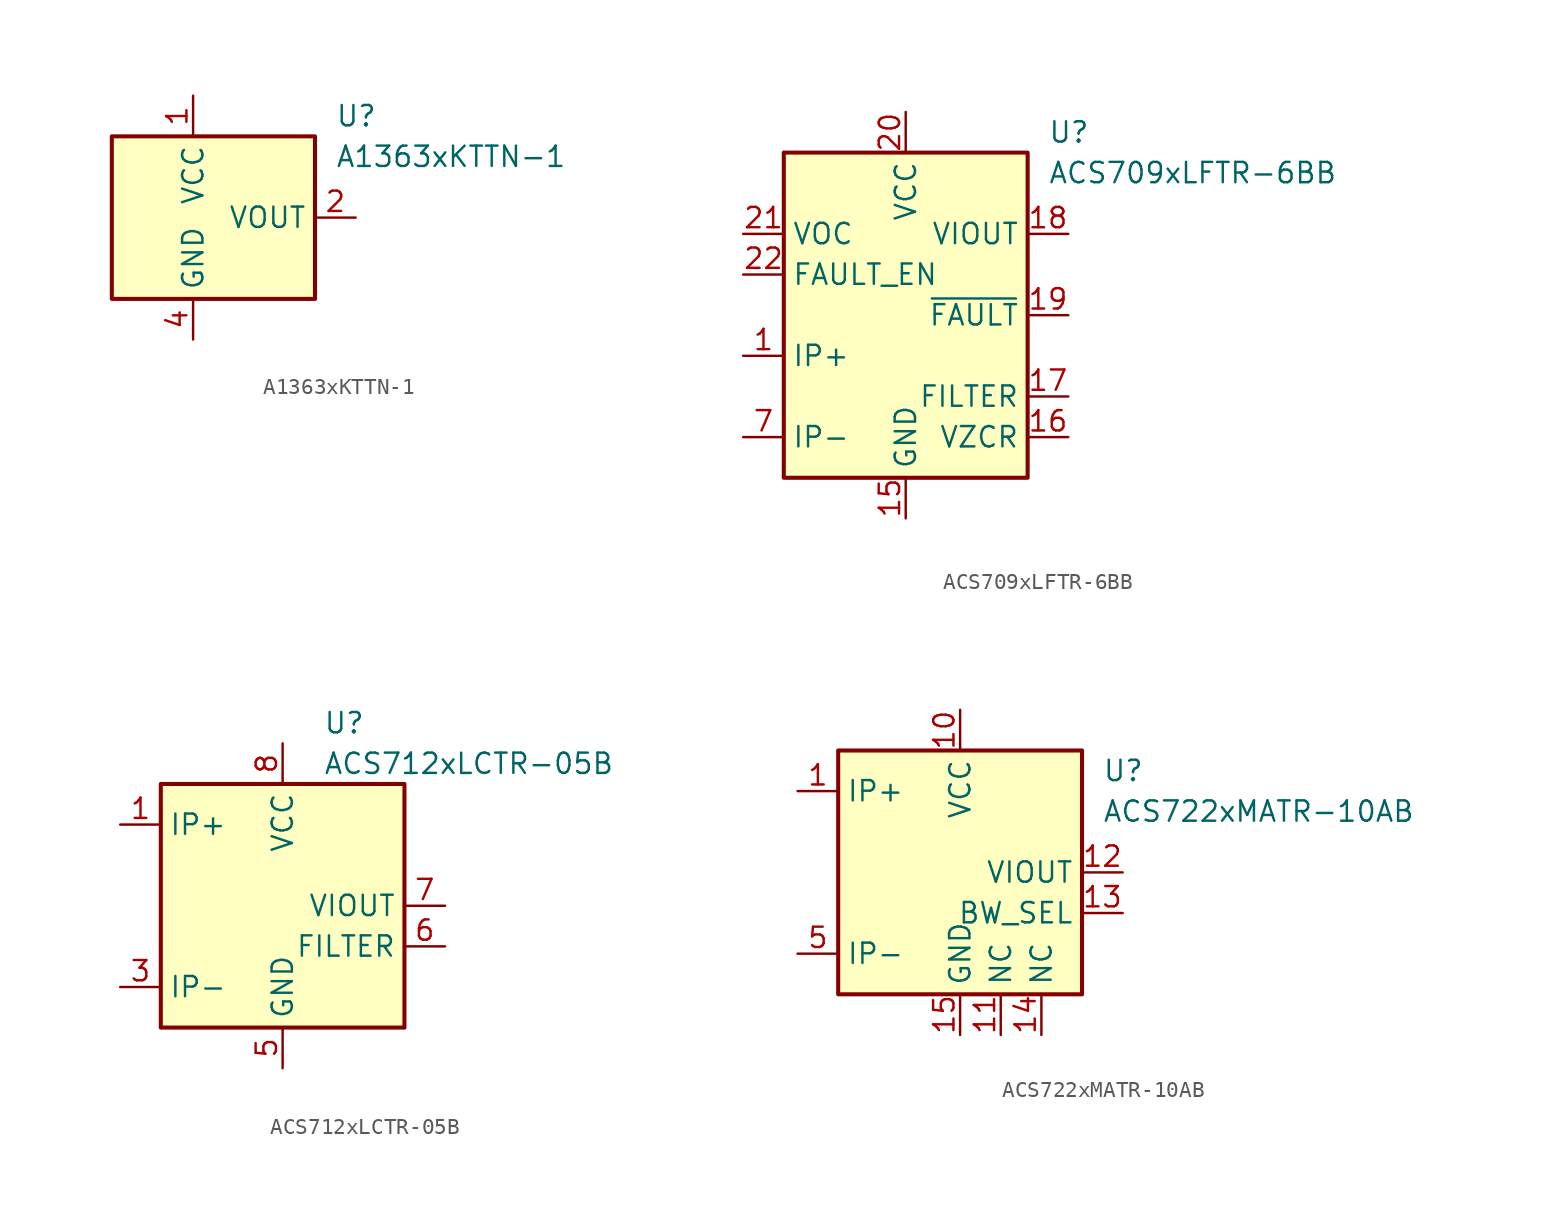
<source format=kicad_sym>
(kicad_symbol_lib
  (version 20201005)
  (generator kicad_symbol_editor)
  (symbol "A1363xKTTN-1"
    (property "Reference" "U"
      (at 8.89 6.35 0)
      (effects (font (size 1.27 1.27)) (justify left)))
    (property "Value" "A1363xKTTN-1"
      (at 8.89 3.81 0)
      (effects (font (size 1.27 1.27)) (justify left)))
    (symbol "A1363xKTTN-1_0_1"
      (rectangle (start -5.08 5.08) (end 7.62 -5.08) (stroke (width 0.254)) (fill (type background))))
    (symbol "A1363xKTTN-1_1_1"
      (pin power_in line (at 0 7.62 270) (length 2.54) (name "VCC" (effects (font (size 1.27 1.27)))) (number "1" (effects (font (size 1.27 1.27)))))
      (pin output line (at 10.16 0 180) (length 2.54) (name "VOUT" (effects (font (size 1.27 1.27)))) (number "2" (effects (font (size 1.27 1.27)))))
      (pin no_connect line (at 7.62 -2.54 180) (length 2.54) hide (name "NC" (effects (font (size 1.27 1.27)))) (number "3" (effects (font (size 1.27 1.27)))))
      (pin power_in line (at 0 -7.62 90) (length 2.54) (name "GND" (effects (font (size 1.27 1.27)))) (number "4" (effects (font (size 1.27 1.27)))))))
  (symbol "ACS709xLFTR-6BB"
    (property "Reference" "U"
      (at 8.89 11.43 0)
      (effects (font (size 1.27 1.27)) (justify left)))
    (property "Value" "ACS709xLFTR-6BB"
      (at 8.89 8.89 0)
      (effects (font (size 1.27 1.27)) (justify left)))
    (symbol "ACS709xLFTR-6BB_0_1"
      (rectangle (start -7.62 10.16) (end 7.62 -10.16) (stroke (width 0.254)) (fill (type background))))
    (symbol "ACS709xLFTR-6BB_1_1"
      (pin passive line (at -10.16 -2.54 0) (length 2.54) (name "IP+" (effects (font (size 1.27 1.27)))) (number "1" (effects (font (size 1.27 1.27)))))
      (pin passive line (at -10.16 -7.62 0) (length 2.54) hide (name "IP-" (effects (font (size 1.27 1.27)))) (number "10" (effects (font (size 1.27 1.27)))))
      (pin passive line (at -10.16 -7.62 0) (length 2.54) hide (name "IP-" (effects (font (size 1.27 1.27)))) (number "11" (effects (font (size 1.27 1.27)))))
      (pin passive line (at -10.16 -7.62 0) (length 2.54) hide (name "IP-" (effects (font (size 1.27 1.27)))) (number "12" (effects (font (size 1.27 1.27)))))
      (pin no_connect line (at -7.62 10.16 0) (length 2.54) hide (name "NC" (effects (font (size 1.27 1.27)))) (number "13" (effects (font (size 1.27 1.27)))))
      (pin no_connect line (at -7.62 7.62 0) (length 2.54) hide (name "NC" (effects (font (size 1.27 1.27)))) (number "14" (effects (font (size 1.27 1.27)))))
      (pin power_in line (at 0 -12.7 90) (length 2.54) (name "GND" (effects (font (size 1.27 1.27)))) (number "15" (effects (font (size 1.27 1.27)))))
      (pin passive line (at 10.16 -7.62 180) (length 2.54) (name "VZCR" (effects (font (size 1.27 1.27)))) (number "16" (effects (font (size 1.27 1.27)))))
      (pin passive line (at 10.16 -5.08 180) (length 2.54) (name "FILTER" (effects (font (size 1.27 1.27)))) (number "17" (effects (font (size 1.27 1.27)))))
      (pin output line (at 10.16 5.08 180) (length 2.54) (name "VIOUT" (effects (font (size 1.27 1.27)))) (number "18" (effects (font (size 1.27 1.27)))))
      (pin output line (at 10.16 0 180) (length 2.54) (name "~FAULT" (effects (font (size 1.27 1.27)))) (number "19" (effects (font (size 1.27 1.27)))))
      (pin passive line (at -10.16 -2.54 0) (length 2.54) hide (name "IP+" (effects (font (size 1.27 1.27)))) (number "2" (effects (font (size 1.27 1.27)))))
      (pin power_in line (at 0 12.7 270) (length 2.54) (name "VCC" (effects (font (size 1.27 1.27)))) (number "20" (effects (font (size 1.27 1.27)))))
      (pin input line (at -10.16 5.08 0) (length 2.54) (name "VOC" (effects (font (size 1.27 1.27)))) (number "21" (effects (font (size 1.27 1.27)))))
      (pin input line (at -10.16 2.54 0) (length 2.54) (name "FAULT_EN" (effects (font (size 1.27 1.27)))) (number "22" (effects (font (size 1.27 1.27)))))
      (pin no_connect line (at -7.62 0 0) (length 2.54) hide (name "NC" (effects (font (size 1.27 1.27)))) (number "23" (effects (font (size 1.27 1.27)))))
      (pin no_connect line (at -7.62 -5.08 0) (length 2.54) hide (name "NC" (effects (font (size 1.27 1.27)))) (number "24" (effects (font (size 1.27 1.27)))))
      (pin passive line (at -10.16 -2.54 0) (length 2.54) hide (name "IP+" (effects (font (size 1.27 1.27)))) (number "3" (effects (font (size 1.27 1.27)))))
      (pin passive line (at -10.16 -2.54 0) (length 2.54) hide (name "IP+" (effects (font (size 1.27 1.27)))) (number "4" (effects (font (size 1.27 1.27)))))
      (pin passive line (at -10.16 -2.54 0) (length 2.54) hide (name "IP+" (effects (font (size 1.27 1.27)))) (number "5" (effects (font (size 1.27 1.27)))))
      (pin passive line (at -10.16 -2.54 0) (length 2.54) hide (name "IP+" (effects (font (size 1.27 1.27)))) (number "6" (effects (font (size 1.27 1.27)))))
      (pin passive line (at -10.16 -7.62 0) (length 2.54) (name "IP-" (effects (font (size 1.27 1.27)))) (number "7" (effects (font (size 1.27 1.27)))))
      (pin passive line (at -10.16 -7.62 0) (length 2.54) hide (name "IP-" (effects (font (size 1.27 1.27)))) (number "8" (effects (font (size 1.27 1.27)))))
      (pin passive line (at -10.16 -7.62 0) (length 2.54) hide (name "IP-" (effects (font (size 1.27 1.27)))) (number "9" (effects (font (size 1.27 1.27)))))))
  (symbol "ACS712xLCTR-05B"
    (property "Reference" "U"
      (at 2.54 11.43 0)
      (effects (font (size 1.27 1.27)) (justify left)))
    (property "Value" "ACS712xLCTR-05B"
      (at 2.54 8.89 0)
      (effects (font (size 1.27 1.27)) (justify left)))
    (symbol "ACS712xLCTR-05B_0_1"
      (rectangle (start -7.62 7.62) (end 7.62 -7.62) (stroke (width 0.254)) (fill (type background))))
    (symbol "ACS712xLCTR-05B_1_1"
      (pin passive line (at -10.16 5.08 0) (length 2.54) (name "IP+" (effects (font (size 1.27 1.27)))) (number "1" (effects (font (size 1.27 1.27)))))
      (pin passive line (at -10.16 5.08 0) (length 2.54) hide (name "IP+" (effects (font (size 1.27 1.27)))) (number "2" (effects (font (size 1.27 1.27)))))
      (pin passive line (at -10.16 -5.08 0) (length 2.54) (name "IP-" (effects (font (size 1.27 1.27)))) (number "3" (effects (font (size 1.27 1.27)))))
      (pin passive line (at -10.16 -5.08 0) (length 2.54) hide (name "IP-" (effects (font (size 1.27 1.27)))) (number "4" (effects (font (size 1.27 1.27)))))
      (pin power_in line (at 0 -10.16 90) (length 2.54) (name "GND" (effects (font (size 1.27 1.27)))) (number "5" (effects (font (size 1.27 1.27)))))
      (pin passive line (at 10.16 -2.54 180) (length 2.54) (name "FILTER" (effects (font (size 1.27 1.27)))) (number "6" (effects (font (size 1.27 1.27)))))
      (pin output line (at 10.16 0 180) (length 2.54) (name "VIOUT" (effects (font (size 1.27 1.27)))) (number "7" (effects (font (size 1.27 1.27)))))
      (pin power_in line (at 0 10.16 270) (length 2.54) (name "VCC" (effects (font (size 1.27 1.27)))) (number "8" (effects (font (size 1.27 1.27)))))))
  (symbol "ACS722xMATR-10AB"
    (property "Reference" "U"
      (at 8.89 6.35 0)
      (effects (font (size 1.27 1.27)) (justify left)))
    (property "Value" "ACS722xMATR-10AB"
      (at 8.89 3.81 0)
      (effects (font (size 1.27 1.27)) (justify left)))
    (symbol "ACS722xMATR-10AB_0_1"
      (rectangle (start -7.62 7.62) (end 7.62 -7.62) (stroke (width 0.254)) (fill (type background))))
    (symbol "ACS722xMATR-10AB_1_1"
      (pin passive line (at -10.16 5.08 0) (length 2.54) (name "IP+" (effects (font (size 1.27 1.27)))) (number "1" (effects (font (size 1.27 1.27)))))
      (pin power_in line (at 0 10.16 270) (length 2.54) (name "VCC" (effects (font (size 1.27 1.27)))) (number "10" (effects (font (size 1.27 1.27)))))
      (pin passive line (at 2.54 -10.16 90) (length 2.54) (name "NC" (effects (font (size 1.27 1.27)))) (number "11" (effects (font (size 1.27 1.27)))))
      (pin output line (at 10.16 0 180) (length 2.54) (name "VIOUT" (effects (font (size 1.27 1.27)))) (number "12" (effects (font (size 1.27 1.27)))))
      (pin input line (at 10.16 -2.54 180) (length 2.54) (name "BW_SEL" (effects (font (size 1.27 1.27)))) (number "13" (effects (font (size 1.27 1.27)))))
      (pin passive line (at 5.08 -10.16 90) (length 2.54) (name "NC" (effects (font (size 1.27 1.27)))) (number "14" (effects (font (size 1.27 1.27)))))
      (pin power_in line (at 0 -10.16 90) (length 2.54) (name "GND" (effects (font (size 1.27 1.27)))) (number "15" (effects (font (size 1.27 1.27)))))
      (pin no_connect line (at 7.62 2.54 180) (length 2.54) hide (name "NC" (effects (font (size 1.27 1.27)))) (number "16" (effects (font (size 1.27 1.27)))))
      (pin passive line (at -10.16 5.08 0) (length 2.54) hide (name "IP+" (effects (font (size 1.27 1.27)))) (number "2" (effects (font (size 1.27 1.27)))))
      (pin passive line (at -10.16 5.08 0) (length 2.54) hide (name "IP+" (effects (font (size 1.27 1.27)))) (number "3" (effects (font (size 1.27 1.27)))))
      (pin passive line (at -10.16 5.08 0) (length 2.54) hide (name "IP+" (effects (font (size 1.27 1.27)))) (number "4" (effects (font (size 1.27 1.27)))))
      (pin passive line (at -10.16 -5.08 0) (length 2.54) (name "IP-" (effects (font (size 1.27 1.27)))) (number "5" (effects (font (size 1.27 1.27)))))
      (pin passive line (at -10.16 -5.08 0) (length 2.54) hide (name "IP-" (effects (font (size 1.27 1.27)))) (number "6" (effects (font (size 1.27 1.27)))))
      (pin passive line (at -10.16 -5.08 0) (length 2.54) hide (name "IP-" (effects (font (size 1.27 1.27)))) (number "7" (effects (font (size 1.27 1.27)))))
      (pin passive line (at -10.16 -5.08 0) (length 2.54) hide (name "IP-" (effects (font (size 1.27 1.27)))) (number "8" (effects (font (size 1.27 1.27)))))
      (pin no_connect line (at 7.62 5.08 180) (length 2.54) hide (name "NC" (effects (font (size 1.27 1.27)))) (number "9" (effects (font (size 1.27 1.27))))))))
</source>
